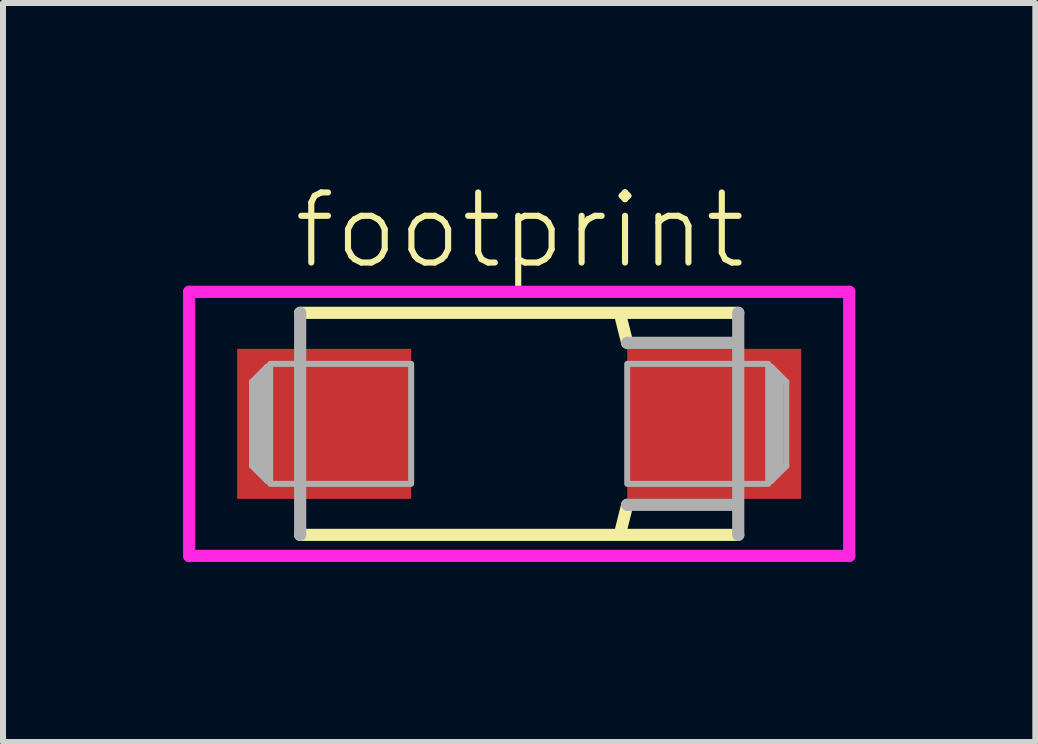
<source format=kicad_pcb>
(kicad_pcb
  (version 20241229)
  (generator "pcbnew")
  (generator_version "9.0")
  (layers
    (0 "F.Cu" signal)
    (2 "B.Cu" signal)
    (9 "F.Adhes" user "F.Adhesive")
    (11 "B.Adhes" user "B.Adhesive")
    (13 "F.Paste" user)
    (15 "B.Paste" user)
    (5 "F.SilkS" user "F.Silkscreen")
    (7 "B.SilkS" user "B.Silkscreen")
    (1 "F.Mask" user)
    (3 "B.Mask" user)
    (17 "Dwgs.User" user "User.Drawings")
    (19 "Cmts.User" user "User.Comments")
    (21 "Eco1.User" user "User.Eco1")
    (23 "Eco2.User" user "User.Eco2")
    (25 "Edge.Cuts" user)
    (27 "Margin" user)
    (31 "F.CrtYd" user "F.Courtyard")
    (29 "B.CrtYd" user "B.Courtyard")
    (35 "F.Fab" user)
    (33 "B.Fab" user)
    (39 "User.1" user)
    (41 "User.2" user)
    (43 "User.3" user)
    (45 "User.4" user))
  (footprint "footprint"
    (layer "F.Cu")
    (at 5.602 4.013)
    (property "Reference" "footprint" (at -3.81 -2.54 0) (layer "F.SilkS") (effects (font (size 1.168 1.168) (thickness 0.102)) (justify left bottom)))
    (fp_line (start -3.65 1.85) (end 3.65 1.85) (stroke (width 0.203) (type solid)) (layer "F.SilkS"))
    (fp_line (start 1.8 -1.35) (end 1.7 -1.75) (stroke (width 0.203) (type solid)) (layer "F.SilkS"))
    (fp_line (start 1.8 1.35) (end 1.7 1.75) (stroke (width 0.203) (type solid)) (layer "F.SilkS"))
    (fp_line (start 3.65 -1.85) (end -3.65 -1.85) (stroke (width 0.203) (type solid)) (layer "F.SilkS"))
    (fp_line (start -5.5 -2.2) (end -5.5 2.2) (stroke (width 0.203) (type solid)) (layer "F.CrtYd"))
    (fp_line (start -5.5 -2.2) (end 5.5 -2.2) (stroke (width 0.203) (type solid)) (layer "F.CrtYd"))
    (fp_line (start -5.5 2.2) (end 5.5 2.2) (stroke (width 0.203) (type solid)) (layer "F.CrtYd"))
    (fp_line (start 5.5 -2.2) (end 5.5 2.2) (stroke (width 0.203) (type solid)) (layer "F.CrtYd"))
    (fp_line (start -4.45 -0.7) (end -4.45 0.7) (stroke (width 0.102) (type solid)) (layer "F.Fab"))
    (fp_line (start -4.45 0.7) (end -4.2 0.95) (stroke (width 0.102) (type solid)) (layer "F.Fab"))
    (fp_line (start -4.3 -0.75) (end -4.3 0.75) (stroke (width 0.203) (type solid)) (layer "F.Fab"))
    (fp_line (start -4.2 -0.95) (end -4.45 -0.7) (stroke (width 0.102) (type solid)) (layer "F.Fab"))
    (fp_line (start -4.2 0.95) (end -4.2 -0.95) (stroke (width 0.102) (type solid)) (layer "F.Fab"))
    (fp_line (start -3.65 -1.85) (end -3.65 1.85) (stroke (width 0.203) (type solid)) (layer "F.Fab"))
    (fp_line (start 3.55 -1.35) (end 1.8 -1.35) (stroke (width 0.203) (type solid)) (layer "F.Fab"))
    (fp_line (start 3.6 1.35) (end 1.8 1.35) (stroke (width 0.203) (type solid)) (layer "F.Fab"))
    (fp_line (start 3.65 1.85) (end 3.65 -1.85) (stroke (width 0.203) (type solid)) (layer "F.Fab"))
    (fp_line (start 4.2 -0.95) (end 4.2 0.95) (stroke (width 0.102) (type solid)) (layer "F.Fab"))
    (fp_line (start 4.2 0.95) (end 4.45 0.7) (stroke (width 0.102) (type solid)) (layer "F.Fab"))
    (fp_line (start 4.3 0.75) (end 4.3 -0.75) (stroke (width 0.203) (type solid)) (layer "F.Fab"))
    (fp_line (start 4.45 -0.7) (end 4.2 -0.95) (stroke (width 0.102) (type solid)) (layer "F.Fab"))
    (fp_line (start 4.45 0.7) (end 4.45 -0.7) (stroke (width 0.102) (type solid)) (layer "F.Fab"))
    (fp_poly (pts (xy -4.15 1) (xy -1.8 1) (xy -1.8 -1) (xy -4.15 -1)) (stroke (width 0.1) (type solid)) (fill no) (layer "F.Fab"))
    (fp_poly (pts (xy 1.8 1) (xy 4.15 1) (xy 4.15 -1) (xy 1.8 -1)) (stroke (width 0.1) (type solid)) (fill no) (layer "F.Fab"))
    (pad "+" smd rect (at 3.25 0) (size 2.9 2.5) (layers "F.Cu" "F.Mask" "F.Paste"))
    (pad "-" smd rect (at -3.25 0) (size 2.9 2.5) (layers "F.Cu" "F.Mask" "F.Paste")))
  (gr_rect
    (start -3 -3)
    (end 14.203 9.315)
    (stroke (width 0.1) (type default))
    (fill no)
    (layer "Edge.Cuts")))
</source>
